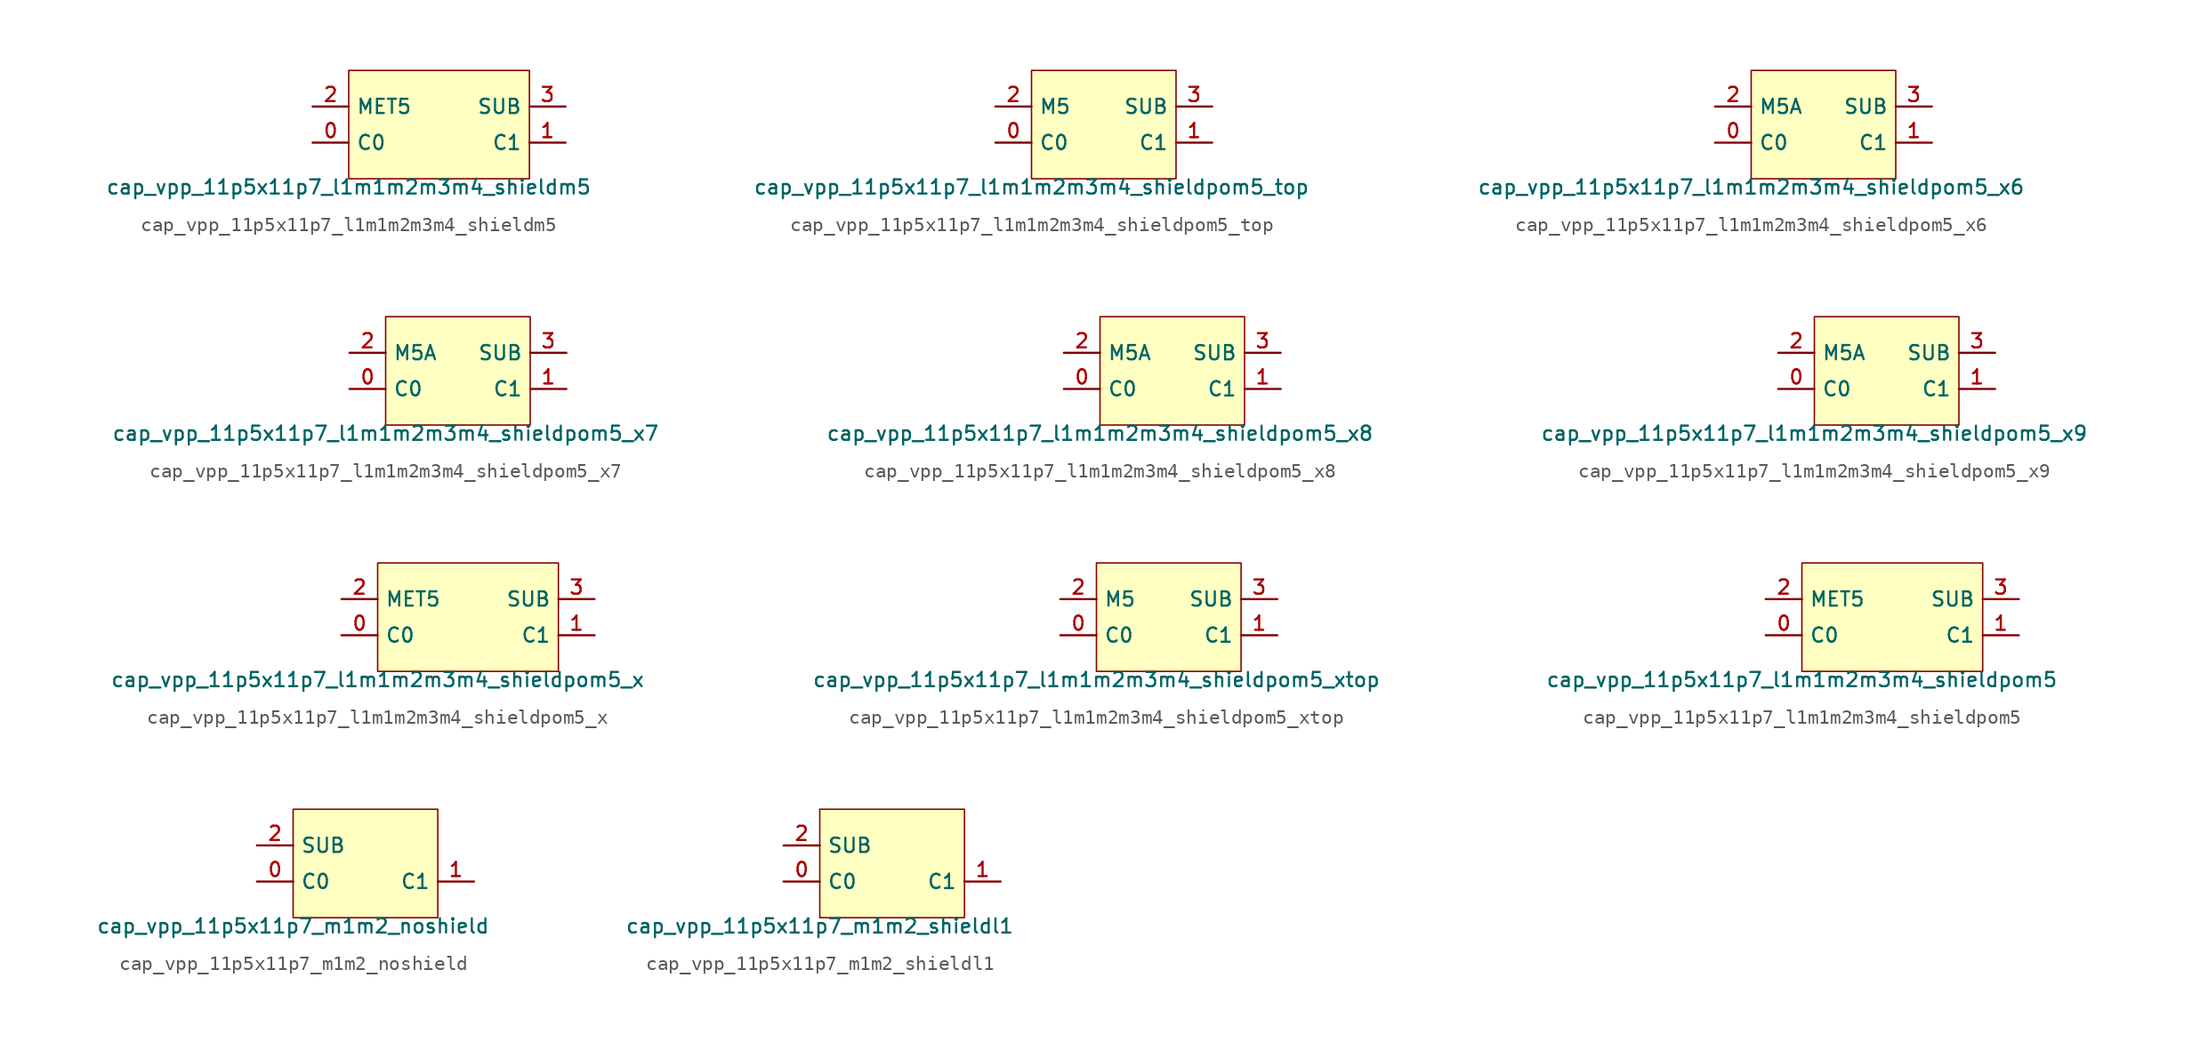
<source format=kicad_sym>
(kicad_symbol_lib
  (version 20211014)
  (generator pdk2kicad)
  (symbol "cap_vpp_11p5x11p7_l1m1m2m3m4_shieldm5"
    (property "Reference" "X"
      (at 0 0 0)
      (effects (font (size 1 1)) hide))
    (property "Value" "cap_vpp_11p5x11p7_l1m1m2m3m4_shieldm5"
      (at -6.35 -3.81 0)
      (effects (font (size 1 1)) (justify top)))
    (rectangle
      (start -6.35 -3.81)
      (end 6.35 3.81)
      (stroke (width 0.1) (type solid) (color 0 0 0 0))
      (fill (type background)))
    (pin bidirectional line
      (at -8.89 -1.27 0)
      (length 2.54)
      (name "C0" (effects (font (size 1 1)) hide))
      (number "0" (effects (font (size 1 1)) hide)))
    (pin bidirectional line
      (at 8.89 -1.27 180)
      (length 2.54)
      (name "C1" (effects (font (size 1 1)) hide))
      (number "1" (effects (font (size 1 1)) hide)))
    (pin bidirectional line
      (at -8.89 1.27 0)
      (length 2.54)
      (name "MET5" (effects (font (size 1 1)) hide))
      (number "2" (effects (font (size 1 1)) hide)))
    (pin bidirectional line
      (at 8.89 1.27 180)
      (length 2.54)
      (name "SUB" (effects (font (size 1 1)) hide))
      (number "3" (effects (font (size 1 1)) hide))))
  (symbol "cap_vpp_11p5x11p7_l1m1m2m3m4_shieldpom5_top"
    (property "Reference" "X"
      (at 0 0 0)
      (effects (font (size 1 1)) hide))
    (property "Value" "cap_vpp_11p5x11p7_l1m1m2m3m4_shieldpom5_top"
      (at -5.08 -3.81 0)
      (effects (font (size 1 1)) (justify top)))
    (rectangle
      (start -5.08 -3.81)
      (end 5.08 3.81)
      (stroke (width 0.1) (type solid) (color 0 0 0 0))
      (fill (type background)))
    (pin bidirectional line
      (at -7.62 -1.27 0)
      (length 2.54)
      (name "C0" (effects (font (size 1 1)) hide))
      (number "0" (effects (font (size 1 1)) hide)))
    (pin bidirectional line
      (at 7.62 -1.27 180)
      (length 2.54)
      (name "C1" (effects (font (size 1 1)) hide))
      (number "1" (effects (font (size 1 1)) hide)))
    (pin bidirectional line
      (at -7.62 1.27 0)
      (length 2.54)
      (name "M5" (effects (font (size 1 1)) hide))
      (number "2" (effects (font (size 1 1)) hide)))
    (pin bidirectional line
      (at 7.62 1.27 180)
      (length 2.54)
      (name "SUB" (effects (font (size 1 1)) hide))
      (number "3" (effects (font (size 1 1)) hide))))
  (symbol "cap_vpp_11p5x11p7_l1m1m2m3m4_shieldpom5_x6"
    (property "Reference" "X"
      (at 0 0 0)
      (effects (font (size 1 1)) hide))
    (property "Value" "cap_vpp_11p5x11p7_l1m1m2m3m4_shieldpom5_x6"
      (at -5.08 -3.81 0)
      (effects (font (size 1 1)) (justify top)))
    (rectangle
      (start -5.08 -3.81)
      (end 5.08 3.81)
      (stroke (width 0.1) (type solid) (color 0 0 0 0))
      (fill (type background)))
    (pin bidirectional line
      (at -7.62 -1.27 0)
      (length 2.54)
      (name "C0" (effects (font (size 1 1)) hide))
      (number "0" (effects (font (size 1 1)) hide)))
    (pin bidirectional line
      (at 7.62 -1.27 180)
      (length 2.54)
      (name "C1" (effects (font (size 1 1)) hide))
      (number "1" (effects (font (size 1 1)) hide)))
    (pin bidirectional line
      (at -7.62 1.27 0)
      (length 2.54)
      (name "M5A" (effects (font (size 1 1)) hide))
      (number "2" (effects (font (size 1 1)) hide)))
    (pin bidirectional line
      (at 7.62 1.27 180)
      (length 2.54)
      (name "SUB" (effects (font (size 1 1)) hide))
      (number "3" (effects (font (size 1 1)) hide))))
  (symbol "cap_vpp_11p5x11p7_l1m1m2m3m4_shieldpom5_x7"
    (property "Reference" "X"
      (at 0 0 0)
      (effects (font (size 1 1)) hide))
    (property "Value" "cap_vpp_11p5x11p7_l1m1m2m3m4_shieldpom5_x7"
      (at -5.08 -3.81 0)
      (effects (font (size 1 1)) (justify top)))
    (rectangle
      (start -5.08 -3.81)
      (end 5.08 3.81)
      (stroke (width 0.1) (type solid) (color 0 0 0 0))
      (fill (type background)))
    (pin bidirectional line
      (at -7.62 -1.27 0)
      (length 2.54)
      (name "C0" (effects (font (size 1 1)) hide))
      (number "0" (effects (font (size 1 1)) hide)))
    (pin bidirectional line
      (at 7.62 -1.27 180)
      (length 2.54)
      (name "C1" (effects (font (size 1 1)) hide))
      (number "1" (effects (font (size 1 1)) hide)))
    (pin bidirectional line
      (at -7.62 1.27 0)
      (length 2.54)
      (name "M5A" (effects (font (size 1 1)) hide))
      (number "2" (effects (font (size 1 1)) hide)))
    (pin bidirectional line
      (at 7.62 1.27 180)
      (length 2.54)
      (name "SUB" (effects (font (size 1 1)) hide))
      (number "3" (effects (font (size 1 1)) hide))))
  (symbol "cap_vpp_11p5x11p7_l1m1m2m3m4_shieldpom5_x8"
    (property "Reference" "X"
      (at 0 0 0)
      (effects (font (size 1 1)) hide))
    (property "Value" "cap_vpp_11p5x11p7_l1m1m2m3m4_shieldpom5_x8"
      (at -5.08 -3.81 0)
      (effects (font (size 1 1)) (justify top)))
    (rectangle
      (start -5.08 -3.81)
      (end 5.08 3.81)
      (stroke (width 0.1) (type solid) (color 0 0 0 0))
      (fill (type background)))
    (pin bidirectional line
      (at -7.62 -1.27 0)
      (length 2.54)
      (name "C0" (effects (font (size 1 1)) hide))
      (number "0" (effects (font (size 1 1)) hide)))
    (pin bidirectional line
      (at 7.62 -1.27 180)
      (length 2.54)
      (name "C1" (effects (font (size 1 1)) hide))
      (number "1" (effects (font (size 1 1)) hide)))
    (pin bidirectional line
      (at -7.62 1.27 0)
      (length 2.54)
      (name "M5A" (effects (font (size 1 1)) hide))
      (number "2" (effects (font (size 1 1)) hide)))
    (pin bidirectional line
      (at 7.62 1.27 180)
      (length 2.54)
      (name "SUB" (effects (font (size 1 1)) hide))
      (number "3" (effects (font (size 1 1)) hide))))
  (symbol "cap_vpp_11p5x11p7_l1m1m2m3m4_shieldpom5_x9"
    (property "Reference" "X"
      (at 0 0 0)
      (effects (font (size 1 1)) hide))
    (property "Value" "cap_vpp_11p5x11p7_l1m1m2m3m4_shieldpom5_x9"
      (at -5.08 -3.81 0)
      (effects (font (size 1 1)) (justify top)))
    (rectangle
      (start -5.08 -3.81)
      (end 5.08 3.81)
      (stroke (width 0.1) (type solid) (color 0 0 0 0))
      (fill (type background)))
    (pin bidirectional line
      (at -7.62 -1.27 0)
      (length 2.54)
      (name "C0" (effects (font (size 1 1)) hide))
      (number "0" (effects (font (size 1 1)) hide)))
    (pin bidirectional line
      (at 7.62 -1.27 180)
      (length 2.54)
      (name "C1" (effects (font (size 1 1)) hide))
      (number "1" (effects (font (size 1 1)) hide)))
    (pin bidirectional line
      (at -7.62 1.27 0)
      (length 2.54)
      (name "M5A" (effects (font (size 1 1)) hide))
      (number "2" (effects (font (size 1 1)) hide)))
    (pin bidirectional line
      (at 7.62 1.27 180)
      (length 2.54)
      (name "SUB" (effects (font (size 1 1)) hide))
      (number "3" (effects (font (size 1 1)) hide))))
  (symbol "cap_vpp_11p5x11p7_l1m1m2m3m4_shieldpom5_x"
    (property "Reference" "X"
      (at 0 0 0)
      (effects (font (size 1 1)) hide))
    (property "Value" "cap_vpp_11p5x11p7_l1m1m2m3m4_shieldpom5_x"
      (at -6.35 -3.81 0)
      (effects (font (size 1 1)) (justify top)))
    (rectangle
      (start -6.35 -3.81)
      (end 6.35 3.81)
      (stroke (width 0.1) (type solid) (color 0 0 0 0))
      (fill (type background)))
    (pin bidirectional line
      (at -8.89 -1.27 0)
      (length 2.54)
      (name "C0" (effects (font (size 1 1)) hide))
      (number "0" (effects (font (size 1 1)) hide)))
    (pin bidirectional line
      (at 8.89 -1.27 180)
      (length 2.54)
      (name "C1" (effects (font (size 1 1)) hide))
      (number "1" (effects (font (size 1 1)) hide)))
    (pin bidirectional line
      (at -8.89 1.27 0)
      (length 2.54)
      (name "MET5" (effects (font (size 1 1)) hide))
      (number "2" (effects (font (size 1 1)) hide)))
    (pin bidirectional line
      (at 8.89 1.27 180)
      (length 2.54)
      (name "SUB" (effects (font (size 1 1)) hide))
      (number "3" (effects (font (size 1 1)) hide))))
  (symbol "cap_vpp_11p5x11p7_l1m1m2m3m4_shieldpom5_xtop"
    (property "Reference" "X"
      (at 0 0 0)
      (effects (font (size 1 1)) hide))
    (property "Value" "cap_vpp_11p5x11p7_l1m1m2m3m4_shieldpom5_xtop"
      (at -5.08 -3.81 0)
      (effects (font (size 1 1)) (justify top)))
    (rectangle
      (start -5.08 -3.81)
      (end 5.08 3.81)
      (stroke (width 0.1) (type solid) (color 0 0 0 0))
      (fill (type background)))
    (pin bidirectional line
      (at -7.62 -1.27 0)
      (length 2.54)
      (name "C0" (effects (font (size 1 1)) hide))
      (number "0" (effects (font (size 1 1)) hide)))
    (pin bidirectional line
      (at 7.62 -1.27 180)
      (length 2.54)
      (name "C1" (effects (font (size 1 1)) hide))
      (number "1" (effects (font (size 1 1)) hide)))
    (pin bidirectional line
      (at -7.62 1.27 0)
      (length 2.54)
      (name "M5" (effects (font (size 1 1)) hide))
      (number "2" (effects (font (size 1 1)) hide)))
    (pin bidirectional line
      (at 7.62 1.27 180)
      (length 2.54)
      (name "SUB" (effects (font (size 1 1)) hide))
      (number "3" (effects (font (size 1 1)) hide))))
  (symbol "cap_vpp_11p5x11p7_l1m1m2m3m4_shieldpom5"
    (property "Reference" "X"
      (at 0 0 0)
      (effects (font (size 1 1)) hide))
    (property "Value" "cap_vpp_11p5x11p7_l1m1m2m3m4_shieldpom5"
      (at -6.35 -3.81 0)
      (effects (font (size 1 1)) (justify top)))
    (rectangle
      (start -6.35 -3.81)
      (end 6.35 3.81)
      (stroke (width 0.1) (type solid) (color 0 0 0 0))
      (fill (type background)))
    (pin bidirectional line
      (at -8.89 -1.27 0)
      (length 2.54)
      (name "C0" (effects (font (size 1 1)) hide))
      (number "0" (effects (font (size 1 1)) hide)))
    (pin bidirectional line
      (at 8.89 -1.27 180)
      (length 2.54)
      (name "C1" (effects (font (size 1 1)) hide))
      (number "1" (effects (font (size 1 1)) hide)))
    (pin bidirectional line
      (at -8.89 1.27 0)
      (length 2.54)
      (name "MET5" (effects (font (size 1 1)) hide))
      (number "2" (effects (font (size 1 1)) hide)))
    (pin bidirectional line
      (at 8.89 1.27 180)
      (length 2.54)
      (name "SUB" (effects (font (size 1 1)) hide))
      (number "3" (effects (font (size 1 1)) hide))))
  (symbol "cap_vpp_11p5x11p7_m1m2_noshield"
    (property "Reference" "X"
      (at 0 0 0)
      (effects (font (size 1 1)) hide))
    (property "Value" "cap_vpp_11p5x11p7_m1m2_noshield"
      (at -5.08 -3.81 0)
      (effects (font (size 1 1)) (justify top)))
    (rectangle
      (start -5.08 -3.81)
      (end 5.08 3.81)
      (stroke (width 0.1) (type solid) (color 0 0 0 0))
      (fill (type background)))
    (pin bidirectional line
      (at -7.62 -1.27 0)
      (length 2.54)
      (name "C0" (effects (font (size 1 1)) hide))
      (number "0" (effects (font (size 1 1)) hide)))
    (pin bidirectional line
      (at 7.62 -1.27 180)
      (length 2.54)
      (name "C1" (effects (font (size 1 1)) hide))
      (number "1" (effects (font (size 1 1)) hide)))
    (pin bidirectional line
      (at -7.62 1.27 0)
      (length 2.54)
      (name "SUB" (effects (font (size 1 1)) hide))
      (number "2" (effects (font (size 1 1)) hide))))
  (symbol "cap_vpp_11p5x11p7_m1m2_shieldl1"
    (property "Reference" "X"
      (at 0 0 0)
      (effects (font (size 1 1)) hide))
    (property "Value" "cap_vpp_11p5x11p7_m1m2_shieldl1"
      (at -5.08 -3.81 0)
      (effects (font (size 1 1)) (justify top)))
    (rectangle
      (start -5.08 -3.81)
      (end 5.08 3.81)
      (stroke (width 0.1) (type solid) (color 0 0 0 0))
      (fill (type background)))
    (pin bidirectional line
      (at -7.62 -1.27 0)
      (length 2.54)
      (name "C0" (effects (font (size 1 1)) hide))
      (number "0" (effects (font (size 1 1)) hide)))
    (pin bidirectional line
      (at 7.62 -1.27 180)
      (length 2.54)
      (name "C1" (effects (font (size 1 1)) hide))
      (number "1" (effects (font (size 1 1)) hide)))
    (pin bidirectional line
      (at -7.62 1.27 0)
      (length 2.54)
      (name "SUB" (effects (font (size 1 1)) hide))
      (number "2" (effects (font (size 1 1)) hide)))))
</source>
